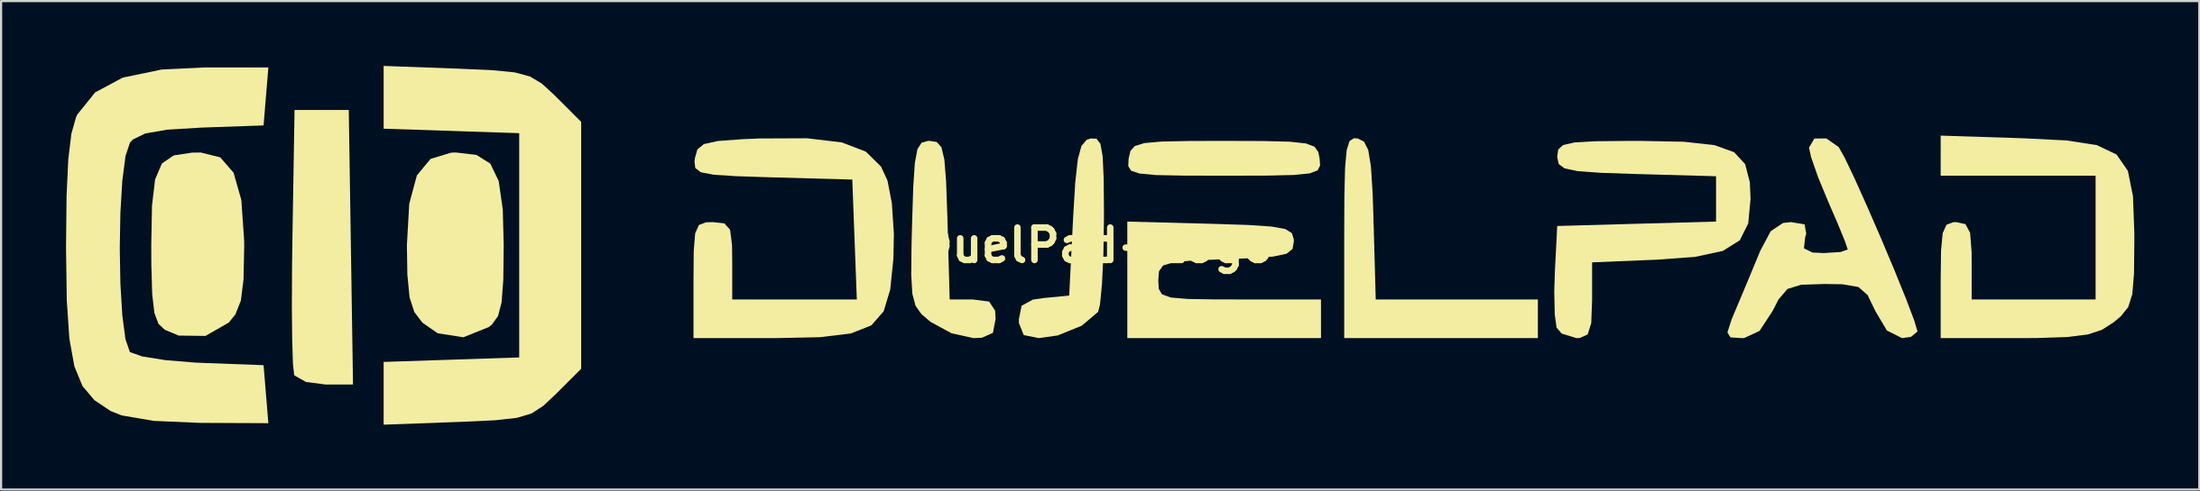
<source format=kicad_pcb>
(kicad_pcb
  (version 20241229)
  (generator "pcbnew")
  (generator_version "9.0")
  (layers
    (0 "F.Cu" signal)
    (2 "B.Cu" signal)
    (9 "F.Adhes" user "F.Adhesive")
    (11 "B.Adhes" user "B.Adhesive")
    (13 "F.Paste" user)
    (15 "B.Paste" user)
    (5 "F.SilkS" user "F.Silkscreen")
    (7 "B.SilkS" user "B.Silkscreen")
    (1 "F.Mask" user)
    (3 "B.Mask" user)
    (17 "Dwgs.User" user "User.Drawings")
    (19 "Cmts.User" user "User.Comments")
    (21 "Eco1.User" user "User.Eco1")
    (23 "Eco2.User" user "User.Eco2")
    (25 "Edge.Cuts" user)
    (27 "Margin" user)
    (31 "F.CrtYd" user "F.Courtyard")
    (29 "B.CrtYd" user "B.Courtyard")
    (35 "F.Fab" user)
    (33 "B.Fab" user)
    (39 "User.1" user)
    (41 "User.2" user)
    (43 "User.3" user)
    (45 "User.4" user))
  (footprint "DuelPad-Logo"
    (layer "F.Cu")
    (at 47.58 8.297)
    (property "Reference" "DuelPad-Logo" (at 0 0 0) (layer "F.SilkS") (effects (font (size 1.5 1.5) (thickness 0.3))))
    (attr board_only exclude_from_pos_files exclude_from_bom)
    (fp_poly (pts (xy -34.425 0.089) (xy -34.327 6.439) (xy -35.599 6.439) (xy -36.499 6.321) (xy -37.021 6.028) (xy -37.047 5.979) (xy -37.101 5.48) (xy -37.136 4.397) (xy -37.151 2.859) (xy -37.143 0.999) (xy -37.125 -0.371) (xy -37.027 -6.261) (xy -35.775 -6.261) (xy -34.523 -6.261)) (stroke (width 0) (type solid)) (fill yes) (layer "F.SilkS"))
    (fp_poly (pts (xy 12.074 -4.941) (xy 12.363 -4.797) (xy 12.557 -4.41) (xy 12.681 -3.654) (xy 12.761 -2.399) (xy 12.802 -1.158) (xy 12.904 2.504) (xy 16.648 2.504) (xy 20.392 2.504) (xy 20.392 3.399) (xy 20.392 4.293) (xy 15.92 4.293) (xy 11.448 4.293) (xy 11.448 -0.384) (xy 11.456 -2.292) (xy 11.488 -3.594) (xy 11.562 -4.399) (xy 11.69 -4.815) (xy 11.889 -4.952)) (stroke (width 0) (type solid)) (fill yes) (layer "F.SilkS"))
    (fp_poly (pts (xy -28.629 -4.182) (xy -27.986 -3.778) (xy -27.599 -2.973) (xy -27.411 -1.661) (xy -27.368 0) (xy -27.387 1.595) (xy -27.464 2.632) (xy -27.628 3.268) (xy -27.908 3.659) (xy -28.062 3.785) (xy -29.233 4.254) (xy -30.418 4.069) (xy -31.124 3.577) (xy -31.496 3.085) (xy -31.715 2.409) (xy -31.817 1.365) (xy -31.839 0) (xy -31.73 -1.925) (xy -31.378 -3.234) (xy -30.745 -3.998) (xy -29.796 -4.286) (xy -29.582 -4.293)) (stroke (width 0) (type solid)) (fill yes) (layer "F.SilkS"))
    (fp_poly (pts (xy -40.46 -4.07) (xy -39.843 -3.358) (xy -39.484 -2.094) (xy -39.354 -0.214) (xy -39.352 0.08) (xy -39.384 1.58) (xy -39.506 2.555) (xy -39.756 3.192) (xy -40.068 3.577) (xy -41.142 4.192) (xy -42.378 4.176) (xy -43.019 3.907) (xy -43.312 3.633) (xy -43.499 3.132) (xy -43.601 2.264) (xy -43.641 0.889) (xy -43.645 -0.005) (xy -43.611 -1.824) (xy -43.468 -3.045) (xy -43.154 -3.784) (xy -42.607 -4.159) (xy -41.764 -4.286) (xy -41.364 -4.293)) (stroke (width 0) (type solid)) (fill yes) (layer "F.SilkS"))
    (fp_poly (pts (xy 0.008 -4.931) (xy 0.189 -4.694) (xy 0.293 -4.112) (xy 0.341 -3.067) (xy 0.353 -1.44) (xy 0.352 -1.189) (xy 0.327 0.43) (xy 0.262 1.794) (xy 0.17 2.739) (xy 0.084 3.077) (xy -0.67 3.717) (xy -1.785 4.17) (xy -2.66 4.293) (xy -3.354 4.152) (xy -3.573 3.599) (xy -3.577 3.421) (xy -3.45 2.796) (xy -2.929 2.511) (xy -2.415 2.437) (xy -1.252 2.325) (xy -1.073 -1.248) (xy -0.973 -2.909) (xy -0.854 -3.983) (xy -0.687 -4.597) (xy -0.446 -4.88) (xy -0.268 -4.941)) (stroke (width 0) (type solid)) (fill yes) (layer "F.SilkS"))
    (fp_poly (pts (xy 7.714 -4.824) (xy 8.931 -4.792) (xy 9.678 -4.712) (xy 10.077 -4.561) (xy 10.25 -4.317) (xy 10.31 -4.025) (xy 10.335 -3.693) (xy 10.222 -3.468) (xy 9.859 -3.328) (xy 9.133 -3.254) (xy 7.929 -3.225) (xy 6.136 -3.22) (xy 5.903 -3.22) (xy 4.039 -3.224) (xy 2.777 -3.249) (xy 2.005 -3.318) (xy 1.608 -3.449) (xy 1.474 -3.664) (xy 1.49 -3.983) (xy 1.496 -4.025) (xy 1.574 -4.364) (xy 1.775 -4.591) (xy 2.222 -4.729) (xy 3.037 -4.8) (xy 4.343 -4.826) (xy 5.903 -4.83)) (stroke (width 0) (type solid)) (fill yes) (layer "F.SilkS"))
    (fp_poly (pts (xy -29.52 -8.173) (xy -27.927 -8.103) (xy -26.866 -8) (xy -26.154 -7.81) (xy -25.608 -7.482) (xy -25.044 -6.964) (xy -24.959 -6.88) (xy -23.79 -5.71) (xy -23.79 0) (xy -23.79 5.71) (xy -24.959 6.88) (xy -25.539 7.426) (xy -26.077 7.776) (xy -26.757 7.981) (xy -27.762 8.093) (xy -29.276 8.164) (xy -29.52 8.173) (xy -32.913 8.297) (xy -32.913 6.846) (xy -32.913 5.394) (xy -29.782 5.291) (xy -26.652 5.187) (xy -26.652 0) (xy -26.652 -5.187) (xy -29.782 -5.291) (xy -32.913 -5.394) (xy -32.913 -6.846) (xy -32.913 -8.297)) (stroke (width 0) (type solid)) (fill yes) (layer "F.SilkS"))
    (fp_poly (pts (xy -7.367 -4.777) (xy -7.153 -4.535) (xy -7.019 -3.974) (xy -6.938 -2.969) (xy -6.881 -1.39) (xy -6.874 -1.163) (xy -6.772 2.504) (xy -5.711 2.504) (xy -4.95 2.603) (xy -4.674 3.022) (xy -4.651 3.399) (xy -4.774 4.048) (xy -5.287 4.277) (xy -5.676 4.293) (xy -6.688 4.069) (xy -7.655 3.542) (xy -8.077 3.183) (xy -8.347 2.803) (xy -8.495 2.249) (xy -8.548 1.37) (xy -8.534 0.013) (xy -8.508 -1.019) (xy -8.454 -2.71) (xy -8.38 -3.812) (xy -8.261 -4.448) (xy -8.069 -4.745) (xy -7.777 -4.828) (xy -7.692 -4.83)) (stroke (width 0) (type solid)) (fill yes) (layer "F.SilkS"))
    (fp_poly (pts (xy 5.277 -0.996) (xy 6.977 -0.942) (xy 8.087 -0.869) (xy 8.731 -0.751) (xy 9.034 -0.561) (xy 9.12 -0.274) (xy 9.123 -0.179) (xy 9.062 0.167) (xy 8.788 0.389) (xy 8.164 0.521) (xy 7.052 0.6) (xy 5.992 0.64) (xy 4.494 0.698) (xy 3.571 0.782) (xy 3.084 0.934) (xy 2.894 1.199) (xy 2.862 1.62) (xy 2.862 1.624) (xy 2.884 2.016) (xy 3.033 2.269) (xy 3.439 2.415) (xy 4.228 2.483) (xy 5.527 2.503) (xy 6.618 2.504) (xy 10.375 2.504) (xy 10.375 3.399) (xy 10.375 4.293) (xy 5.903 4.293) (xy 1.431 4.293) (xy 1.431 1.598) (xy 1.431 -1.097)) (stroke (width 0) (type solid)) (fill yes) (layer "F.SilkS"))
    (fp_poly (pts (xy 42.783 -4.952) (xy 44.799 -4.851) (xy 46.208 -4.633) (xy 47.118 -4.198) (xy 47.638 -3.446) (xy 47.875 -2.275) (xy 47.937 -0.586) (xy 47.938 -0.165) (xy 47.922 1.315) (xy 47.843 2.261) (xy 47.655 2.858) (xy 47.312 3.286) (xy 46.995 3.551) (xy 46.452 3.903) (xy 45.789 4.124) (xy 44.836 4.243) (xy 43.423 4.289) (xy 42.524 4.293) (xy 38.994 4.293) (xy 38.994 1.61) (xy 39.011 0.238) (xy 39.088 -0.567) (xy 39.265 -0.953) (xy 39.581 -1.069) (xy 39.71 -1.073) (xy 40.139 -0.979) (xy 40.353 -0.579) (xy 40.422 0.302) (xy 40.425 0.715) (xy 40.425 2.504) (xy 43.287 2.504) (xy 46.149 2.504) (xy 46.149 -0.358) (xy 46.149 -3.22) (xy 42.572 -3.22) (xy 38.994 -3.22) (xy 38.994 -4.147) (xy 38.994 -5.074)) (stroke (width 0) (type solid)) (fill yes) (layer "F.SilkS"))
    (fp_poly (pts (xy 27.138 -4.79) (xy 28.548 -4.634) (xy 29.455 -4.307) (xy 29.964 -3.754) (xy 30.18 -2.918) (xy 30.213 -2.146) (xy 30.107 -1.011) (xy 29.717 -0.232) (xy 28.934 0.259) (xy 27.649 0.536) (xy 25.924 0.663) (xy 22.896 0.789) (xy 22.896 2.541) (xy 22.857 3.599) (xy 22.692 4.122) (xy 22.327 4.287) (xy 22.169 4.293) (xy 21.49 4.082) (xy 21.255 3.806) (xy 21.171 3.2) (xy 21.149 2.143) (xy 21.177 1.212) (xy 21.286 -0.894) (xy 24.953 -0.996) (xy 28.62 -1.098) (xy 28.62 -2.146) (xy 28.62 -3.195) (xy 24.953 -3.297) (xy 23.299 -3.353) (xy 22.233 -3.43) (xy 21.628 -3.556) (xy 21.354 -3.76) (xy 21.286 -4.07) (xy 21.286 -4.114) (xy 21.332 -4.431) (xy 21.555 -4.637) (xy 22.078 -4.757) (xy 23.029 -4.813) (xy 24.531 -4.829) (xy 25.12 -4.83)) (stroke (width 0) (type solid)) (fill yes) (layer "F.SilkS"))
    (fp_poly (pts (xy -11.752 -4.759) (xy -10.646 -4.334) (xy -9.944 -3.643) (xy -9.645 -2.999) (xy -9.442 -1.945) (xy -9.349 -0.529) (xy -9.371 0.62) (xy -9.518 2.048) (xy -9.821 3.052) (xy -10.391 3.704) (xy -11.338 4.079) (xy -12.773 4.251) (xy -14.808 4.293) (xy -14.886 4.293) (xy -18.603 4.293) (xy -18.603 1.61) (xy -18.592 0.245) (xy -18.525 -0.555) (xy -18.352 -0.941) (xy -18.023 -1.063) (xy -17.708 -1.073) (xy -17.178 -1.015) (xy -16.913 -0.719) (xy -16.823 -0.002) (xy -16.814 0.715) (xy -16.814 2.504) (xy -13.937 2.504) (xy -11.06 2.504) (xy -11.165 -0.268) (xy -11.269 -3.041) (xy -14.959 -3.143) (xy -16.612 -3.196) (xy -17.674 -3.265) (xy -18.269 -3.381) (xy -18.521 -3.576) (xy -18.556 -3.88) (xy -18.537 -4.037) (xy -18.424 -4.435) (xy -18.123 -4.682) (xy -17.483 -4.824) (xy -16.354 -4.908) (xy -15.562 -4.942) (xy -13.358 -4.951)) (stroke (width 0) (type solid)) (fill yes) (layer "F.SilkS"))
    (fp_poly (pts (xy -38.347 -6.887) (xy -38.458 -5.545) (xy -41.32 -5.445) (xy -42.907 -5.349) (xy -43.919 -5.174) (xy -44.495 -4.893) (xy -44.629 -4.751) (xy -44.835 -4.124) (xy -44.982 -2.985) (xy -45.07 -1.507) (xy -45.099 0.137) (xy -45.07 1.775) (xy -44.982 3.234) (xy -44.837 4.342) (xy -44.635 4.926) (xy -44.612 4.948) (xy -44.051 5.143) (xy -42.983 5.313) (xy -41.618 5.425) (xy -41.303 5.439) (xy -38.458 5.545) (xy -38.347 6.887) (xy -38.236 8.228) (xy -41.388 8.214) (xy -43.529 8.122) (xy -45.006 7.869) (xy -45.519 7.668) (xy -46.27 7.164) (xy -46.819 6.513) (xy -47.194 5.603) (xy -47.426 4.324) (xy -47.545 2.563) (xy -47.58 0.209) (xy -47.58 0) (xy -47.556 -2.299) (xy -47.476 -3.986) (xy -47.334 -5.161) (xy -47.118 -5.926) (xy -47.059 -6.051) (xy -46.236 -7.073) (xy -44.958 -7.758) (xy -43.15 -8.133) (xy -41.155 -8.228) (xy -38.236 -8.228)) (stroke (width 0) (type solid)) (fill yes) (layer "F.SilkS"))
    (fp_poly (pts (xy 34.283 -4.544) (xy 34.559 -4.056) (xy 35.023 -3.081) (xy 35.607 -1.779) (xy 36.243 -0.313) (xy 36.861 1.157) (xy 37.392 2.47) (xy 37.768 3.463) (xy 37.921 3.976) (xy 37.921 3.988) (xy 37.621 4.236) (xy 37.21 4.293) (xy 36.509 3.94) (xy 35.977 3.041) (xy 35.618 2.299) (xy 35.194 1.929) (xy 34.463 1.802) (xy 33.641 1.789) (xy 32.547 1.825) (xy 31.918 2.019) (xy 31.506 2.502) (xy 31.231 3.041) (xy 30.627 3.961) (xy 29.924 4.288) (xy 29.801 4.293) (xy 29.286 4.259) (xy 29.145 4.031) (xy 29.341 3.421) (xy 29.538 2.951) (xy 30.081 1.659) (xy 30.624 0.345) (xy 30.655 0.268) (xy 31.145 -0.654) (xy 31.715 -1.034) (xy 32.081 -1.073) (xy 32.707 -0.968) (xy 32.785 -0.543) (xy 32.734 -0.358) (xy 32.681 0.143) (xy 33.075 0.335) (xy 33.604 0.358) (xy 34.369 0.31) (xy 34.701 0.194) (xy 34.701 0.189) (xy 34.568 -0.202) (xy 34.22 -1.049) (xy 33.807 -2.002) (xy 33.332 -3.152) (xy 33.008 -4.082) (xy 32.913 -4.516) (xy 33.159 -4.938) (xy 33.714 -4.944)) (stroke (width 0) (type solid)) (fill yes) (layer "F.SilkS")))
  (gr_rect
    (start -3 -3)
    (end 98.518 19.594)
    (stroke (width 0.1) (type default))
    (fill no)
    (layer "Edge.Cuts")))
</source>
